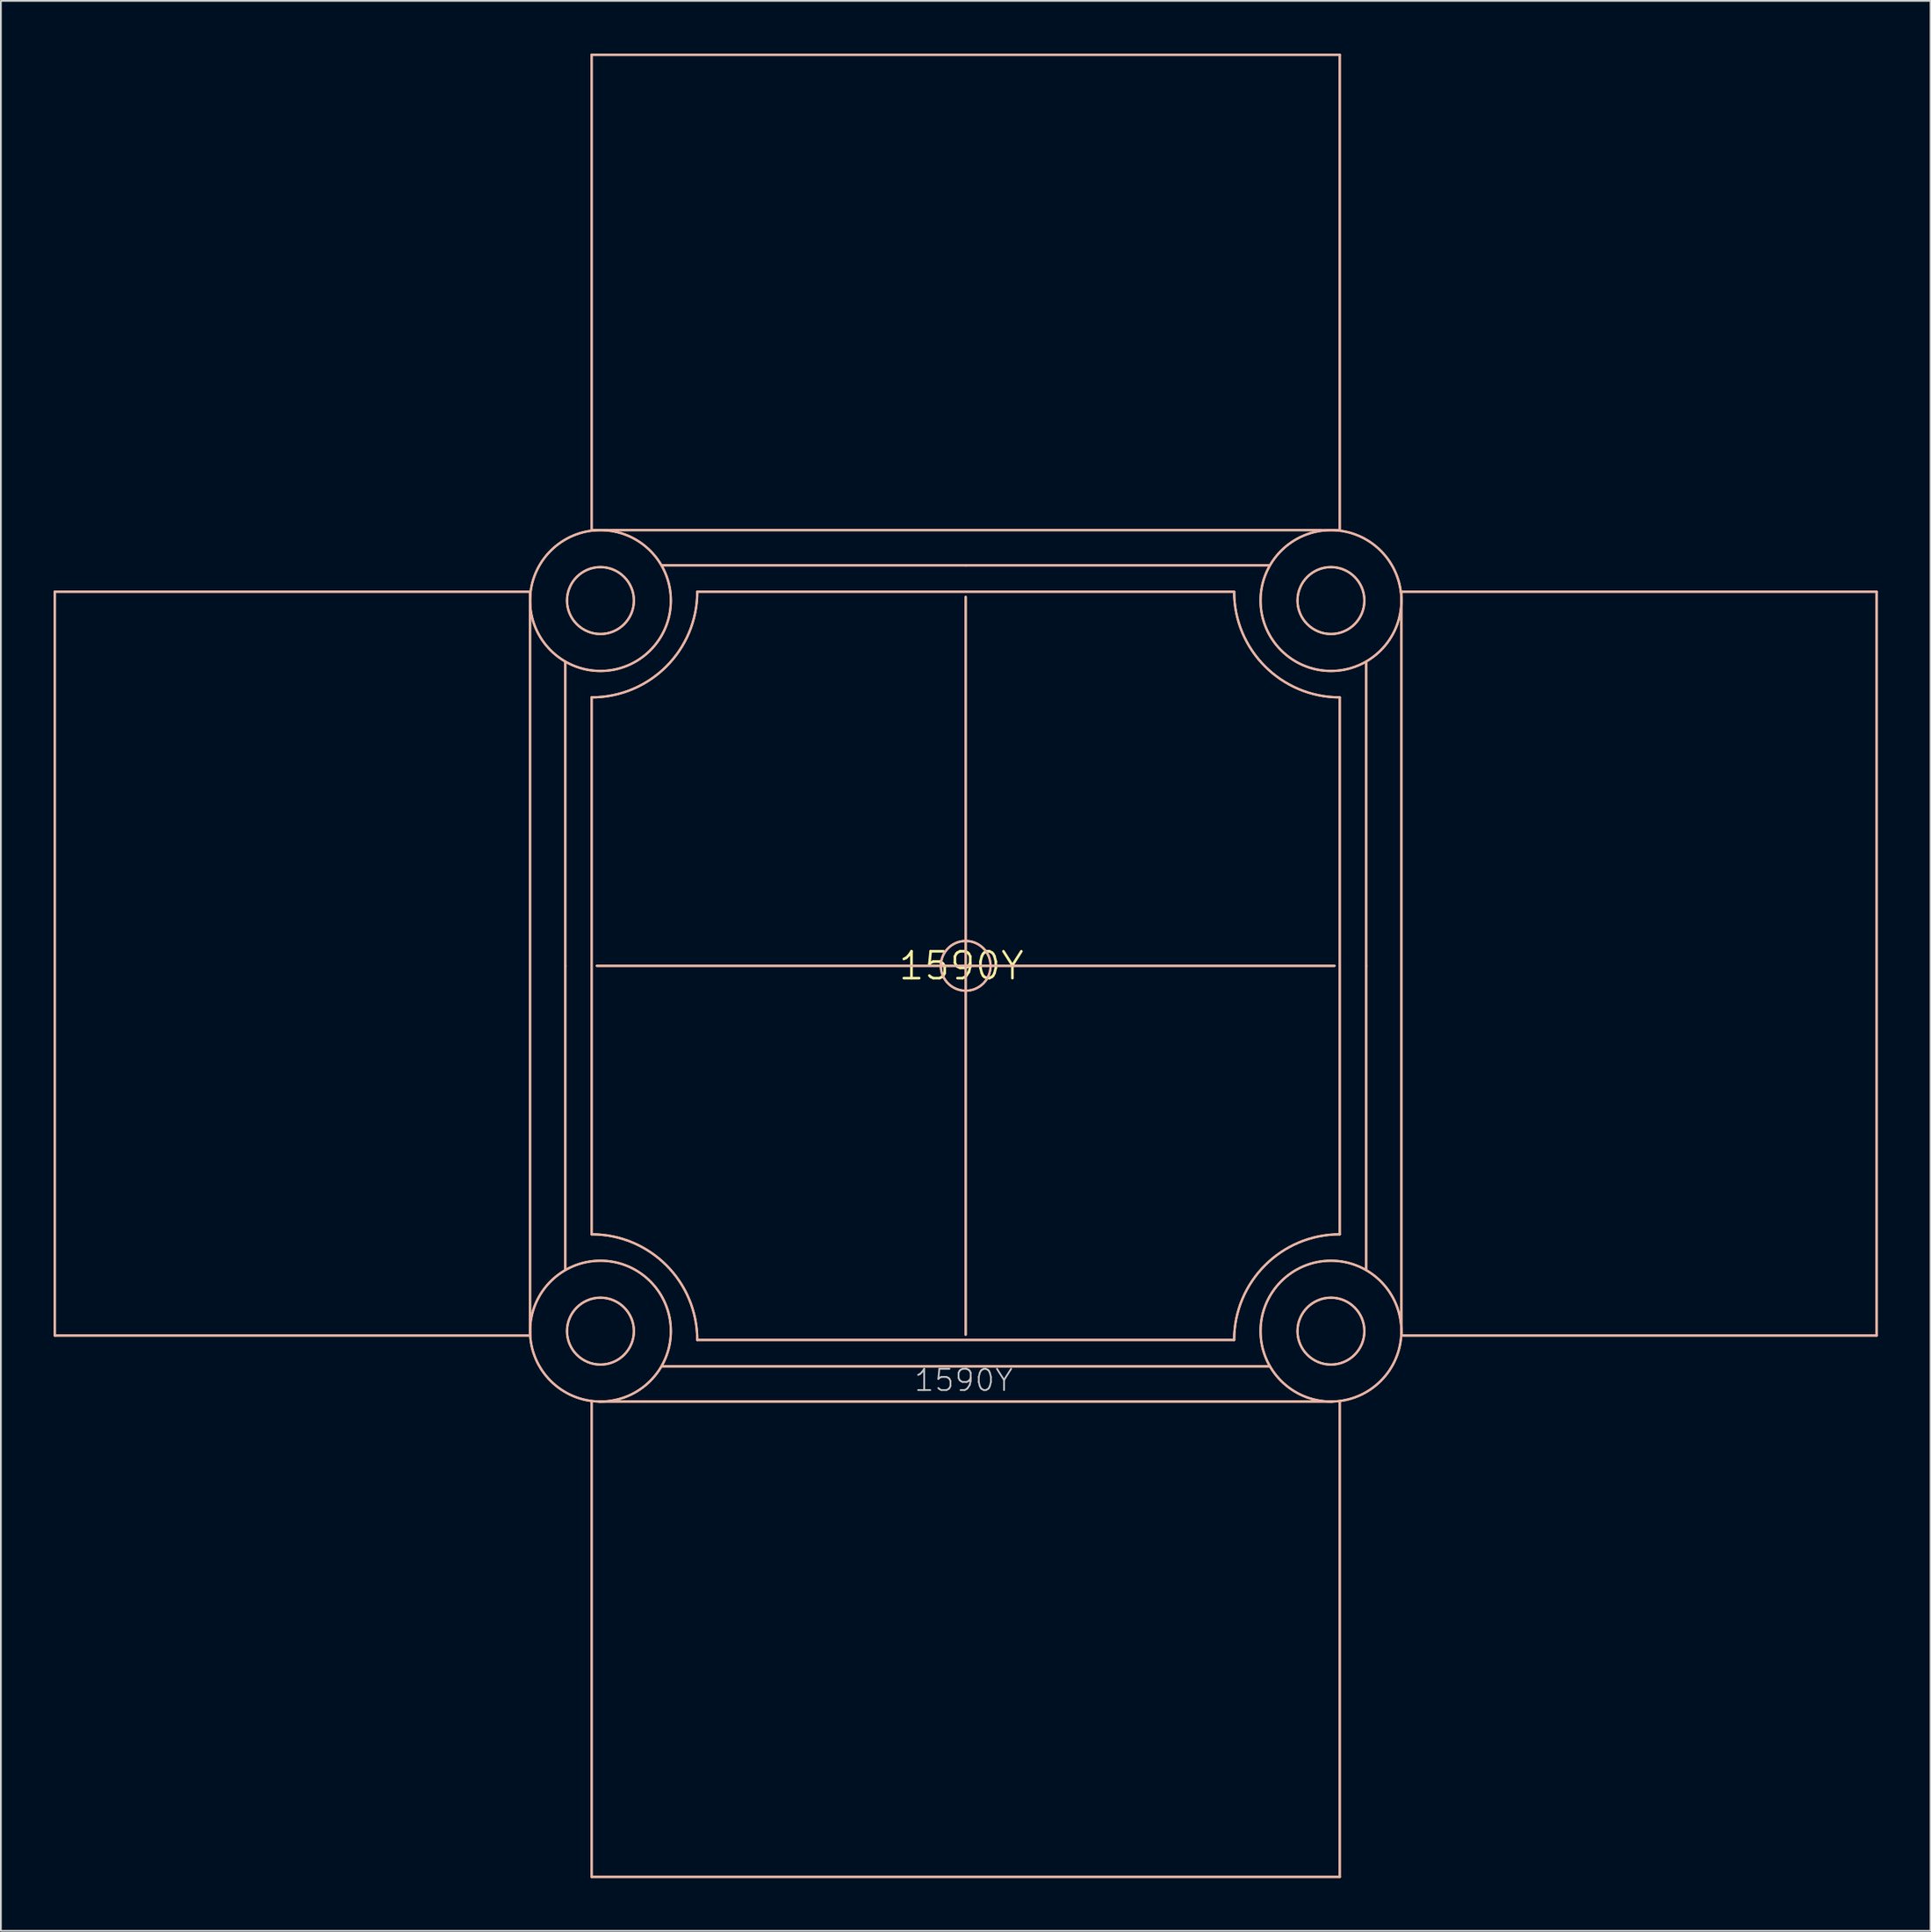
<source format=kicad_pcb>
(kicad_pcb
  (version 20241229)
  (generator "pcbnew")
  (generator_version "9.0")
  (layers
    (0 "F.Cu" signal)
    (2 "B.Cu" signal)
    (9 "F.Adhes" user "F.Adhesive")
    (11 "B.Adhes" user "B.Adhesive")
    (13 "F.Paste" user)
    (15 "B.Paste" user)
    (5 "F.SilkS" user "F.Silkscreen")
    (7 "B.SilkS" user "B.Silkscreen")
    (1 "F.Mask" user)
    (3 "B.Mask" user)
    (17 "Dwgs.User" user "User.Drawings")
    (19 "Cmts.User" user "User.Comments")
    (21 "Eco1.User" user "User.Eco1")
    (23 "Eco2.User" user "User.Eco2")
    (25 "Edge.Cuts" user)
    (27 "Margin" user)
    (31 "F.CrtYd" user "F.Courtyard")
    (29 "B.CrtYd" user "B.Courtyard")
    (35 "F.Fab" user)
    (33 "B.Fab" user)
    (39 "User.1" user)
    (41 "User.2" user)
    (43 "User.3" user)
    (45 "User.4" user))
  (footprint "1590Y"
    (layer "F.Cu")
    (at 51.563 51.813)
    (property "Reference" "1590Y" (at 0 0 0) (layer "F.SilkS") (effects (font (size 1.524 1.524) (thickness 0.15))))
    (attr through_hole)
    (fp_line (start -51.5 21) (end -51.5 -21.25) (stroke (width 0.127) (type solid)) (layer "F.SilkS"))
    (fp_line (start -24.5 -21.25) (end -51.5 -21.25) (stroke (width 0.127) (type solid)) (layer "F.SilkS"))
    (fp_line (start -24.5 20.845) (end -24.5 -21.25) (stroke (width 0.127) (type solid)) (layer "F.SilkS"))
    (fp_line (start -24.5 21) (end -51.5 21) (stroke (width 0.127) (type solid)) (layer "F.SilkS"))
    (fp_line (start -22.5 0) (end -22.5 -17.25) (stroke (width 0.127) (type solid)) (layer "F.SilkS"))
    (fp_line (start -22.5 17.25) (end -22.5 0) (stroke (width 0.127) (type solid)) (layer "F.SilkS"))
    (fp_line (start -21 -51.75) (end 21.5 -51.75) (stroke (width 0.127) (type solid)) (layer "F.SilkS"))
    (fp_line (start -21 -24.75) (end -21 -51.75) (stroke (width 0.127) (type solid)) (layer "F.SilkS"))
    (fp_line (start -21 -15.25) (end -21 15.25) (stroke (width 0.127) (type solid)) (layer "F.SilkS"))
    (fp_line (start -21 24.75) (end -21 51.75) (stroke (width 0.127) (type solid)) (layer "F.SilkS"))
    (fp_line (start -20.96 -24.75) (end 20.46 -24.75) (stroke (width 0.127) (type solid)) (layer "F.SilkS"))
    (fp_line (start -20.595 24.75) (end 21.095 24.75) (stroke (width 0.127) (type solid)) (layer "F.SilkS"))
    (fp_line (start -17 -22.75) (end 0.25 -22.75) (stroke (width 0.127) (type solid)) (layer "F.SilkS"))
    (fp_line (start -17 22.75) (end 0.25 22.75) (stroke (width 0.127) (type solid)) (layer "F.SilkS"))
    (fp_line (start -15 21.25) (end 15.5 21.25) (stroke (width 0.127) (type solid)) (layer "F.SilkS"))
    (fp_line (start 0.205 0) (end -20.705 0) (stroke (width 0.127) (type solid)) (layer "F.SilkS"))
    (fp_line (start 0.25 -22.75) (end 17.5 -22.75) (stroke (width 0.127) (type solid)) (layer "F.SilkS"))
    (fp_line (start 0.25 -0.045) (end 0.25 -20.955) (stroke (width 0.127) (type solid)) (layer "F.SilkS"))
    (fp_line (start 0.25 20.955) (end 0.25 0.045) (stroke (width 0.127) (type solid)) (layer "F.SilkS"))
    (fp_line (start 0.25 22.75) (end 17.5 22.75) (stroke (width 0.127) (type solid)) (layer "F.SilkS"))
    (fp_line (start 0.295 0) (end 21.205 0) (stroke (width 0.127) (type solid)) (layer "F.SilkS"))
    (fp_line (start 15.5 -21.25) (end -15 -21.25) (stroke (width 0.127) (type solid)) (layer "F.SilkS"))
    (fp_line (start 21.5 -24.75) (end 21.5 -51.75) (stroke (width 0.127) (type solid)) (layer "F.SilkS"))
    (fp_line (start 21.5 15.25) (end 21.5 -15.25) (stroke (width 0.127) (type solid)) (layer "F.SilkS"))
    (fp_line (start 21.5 24.75) (end 21.5 51.75) (stroke (width 0.127) (type solid)) (layer "F.SilkS"))
    (fp_line (start 21.5 51.75) (end -21 51.75) (stroke (width 0.127) (type solid)) (layer "F.SilkS"))
    (fp_line (start 23 0) (end 23 -17.25) (stroke (width 0.127) (type solid)) (layer "F.SilkS"))
    (fp_line (start 23 17.25) (end 23 0) (stroke (width 0.127) (type solid)) (layer "F.SilkS"))
    (fp_line (start 25 -21.25) (end 25 -21.21) (stroke (width 0.127) (type solid)) (layer "F.SilkS"))
    (fp_line (start 25 -21.25) (end 52 -21.25) (stroke (width 0.127) (type solid)) (layer "F.SilkS"))
    (fp_line (start 25 20.845) (end 25 21) (stroke (width 0.127) (type solid)) (layer "F.SilkS"))
    (fp_line (start 25 21) (end 25 -21.25) (stroke (width 0.127) (type solid)) (layer "F.SilkS"))
    (fp_line (start 25 21) (end 52 21) (stroke (width 0.127) (type solid)) (layer "F.SilkS"))
    (fp_line (start 52 -21.25) (end 52 21) (stroke (width 0.127) (type solid)) (layer "F.SilkS"))
    (fp_arc (start -21 15.25) (mid -16.757359 17.007359) (end -15 21.25) (stroke (width 0.127) (type solid)) (layer "F.SilkS"))
    (fp_arc (start -15 -21.25) (mid -16.757359 -17.007359) (end -21 -15.25) (stroke (width 0.127) (type solid)) (layer "F.SilkS"))
    (fp_arc (start 15.5 21.25) (mid 17.257359 17.007359) (end 21.5 15.25) (stroke (width 0.127) (type solid)) (layer "F.SilkS"))
    (fp_arc (start 21.5 -15.25) (mid 17.257359 -17.007359) (end 15.5 -21.25) (stroke (width 0.127) (type solid)) (layer "F.SilkS"))
    (fp_circle (center -20.5 -20.75) (end -18.6 -20.75) (stroke (width 0.127) (type solid)) (fill no) (layer "F.SilkS"))
    (fp_circle (center -20.5 -20.75) (end -16.5 -20.75) (stroke (width 0.127) (type solid)) (fill no) (layer "F.SilkS"))
    (fp_circle (center -20.5 20.75) (end -18.6 20.75) (stroke (width 0.127) (type solid)) (fill no) (layer "F.SilkS"))
    (fp_circle (center -20.5 20.75) (end -16.5 20.75) (stroke (width 0.127) (type solid)) (fill no) (layer "F.SilkS"))
    (fp_circle (center 0.25 0) (end 1.664 0) (stroke (width 0.127) (type solid)) (fill no) (layer "F.SilkS"))
    (fp_circle (center 21 -20.75) (end 22.9 -20.75) (stroke (width 0.127) (type solid)) (fill no) (layer "F.SilkS"))
    (fp_circle (center 21 -20.75) (end 25 -20.75) (stroke (width 0.127) (type solid)) (fill no) (layer "F.SilkS"))
    (fp_circle (center 21 20.75) (end 22.9 20.75) (stroke (width 0.127) (type solid)) (fill no) (layer "F.SilkS"))
    (fp_circle (center 21 20.75) (end 25 20.75) (stroke (width 0.127) (type solid)) (fill no) (layer "F.SilkS"))
    (fp_line (start -51.5 -21.25) (end -51.5 21) (stroke (width 0.127) (type solid)) (layer "B.SilkS"))
    (fp_line (start -24.5 -21.25) (end -51.5 -21.25) (stroke (width 0.127) (type solid)) (layer "B.SilkS"))
    (fp_line (start -24.5 -21.25) (end -24.5 -21.21) (stroke (width 0.127) (type solid)) (layer "B.SilkS"))
    (fp_line (start -24.5 20.845) (end -24.5 21) (stroke (width 0.127) (type solid)) (layer "B.SilkS"))
    (fp_line (start -24.5 21) (end -51.5 21) (stroke (width 0.127) (type solid)) (layer "B.SilkS"))
    (fp_line (start -24.5 21) (end -24.5 -21.25) (stroke (width 0.127) (type solid)) (layer "B.SilkS"))
    (fp_line (start -22.5 0) (end -22.5 -17.25) (stroke (width 0.127) (type solid)) (layer "B.SilkS"))
    (fp_line (start -22.5 17.25) (end -22.5 0) (stroke (width 0.127) (type solid)) (layer "B.SilkS"))
    (fp_line (start -21 -24.75) (end -21 -51.75) (stroke (width 0.127) (type solid)) (layer "B.SilkS"))
    (fp_line (start -21 15.25) (end -21 -15.25) (stroke (width 0.127) (type solid)) (layer "B.SilkS"))
    (fp_line (start -21 24.75) (end -21 51.75) (stroke (width 0.127) (type solid)) (layer "B.SilkS"))
    (fp_line (start -21 51.75) (end 21.5 51.75) (stroke (width 0.127) (type solid)) (layer "B.SilkS"))
    (fp_line (start -15 -21.25) (end 15.5 -21.25) (stroke (width 0.127) (type solid)) (layer "B.SilkS"))
    (fp_line (start 0.205 0) (end -20.705 0) (stroke (width 0.127) (type solid)) (layer "B.SilkS"))
    (fp_line (start 0.25 -22.75) (end -17 -22.75) (stroke (width 0.127) (type solid)) (layer "B.SilkS"))
    (fp_line (start 0.25 -0.045) (end 0.25 -20.955) (stroke (width 0.127) (type solid)) (layer "B.SilkS"))
    (fp_line (start 0.25 20.955) (end 0.25 0.045) (stroke (width 0.127) (type solid)) (layer "B.SilkS"))
    (fp_line (start 0.25 22.75) (end -17 22.75) (stroke (width 0.127) (type solid)) (layer "B.SilkS"))
    (fp_line (start 0.295 0) (end 21.205 0) (stroke (width 0.127) (type solid)) (layer "B.SilkS"))
    (fp_line (start 15.5 21.25) (end -15 21.25) (stroke (width 0.127) (type solid)) (layer "B.SilkS"))
    (fp_line (start 17.5 -22.75) (end 0.25 -22.75) (stroke (width 0.127) (type solid)) (layer "B.SilkS"))
    (fp_line (start 17.5 22.75) (end 0.25 22.75) (stroke (width 0.127) (type solid)) (layer "B.SilkS"))
    (fp_line (start 21.095 24.75) (end -20.595 24.75) (stroke (width 0.127) (type solid)) (layer "B.SilkS"))
    (fp_line (start 21.46 -24.75) (end -19.96 -24.75) (stroke (width 0.127) (type solid)) (layer "B.SilkS"))
    (fp_line (start 21.5 -51.75) (end -21 -51.75) (stroke (width 0.127) (type solid)) (layer "B.SilkS"))
    (fp_line (start 21.5 -24.75) (end 21.5 -51.75) (stroke (width 0.127) (type solid)) (layer "B.SilkS"))
    (fp_line (start 21.5 -15.25) (end 21.5 15.25) (stroke (width 0.127) (type solid)) (layer "B.SilkS"))
    (fp_line (start 21.5 24.75) (end 21.5 51.75) (stroke (width 0.127) (type solid)) (layer "B.SilkS"))
    (fp_line (start 23 0) (end 23 -17.25) (stroke (width 0.127) (type solid)) (layer "B.SilkS"))
    (fp_line (start 23 17.25) (end 23 0) (stroke (width 0.127) (type solid)) (layer "B.SilkS"))
    (fp_line (start 25 -21.25) (end 52 -21.25) (stroke (width 0.127) (type solid)) (layer "B.SilkS"))
    (fp_line (start 25 20.845) (end 25 -21.25) (stroke (width 0.127) (type solid)) (layer "B.SilkS"))
    (fp_line (start 25 21) (end 52 21) (stroke (width 0.127) (type solid)) (layer "B.SilkS"))
    (fp_line (start 52 21) (end 52 -21.25) (stroke (width 0.127) (type solid)) (layer "B.SilkS"))
    (fp_arc (start -21 15.25) (mid -16.757359 17.007359) (end -15 21.25) (stroke (width 0.127) (type solid)) (layer "B.SilkS"))
    (fp_arc (start -15 -21.25) (mid -16.757359 -17.007359) (end -21 -15.25) (stroke (width 0.127) (type solid)) (layer "B.SilkS"))
    (fp_arc (start 15.5 21.25) (mid 17.257359 17.007359) (end 21.5 15.25) (stroke (width 0.127) (type solid)) (layer "B.SilkS"))
    (fp_arc (start 21.5 -15.25) (mid 17.257359 -17.007359) (end 15.5 -21.25) (stroke (width 0.127) (type solid)) (layer "B.SilkS"))
    (fp_circle (center -20.5 -20.75) (end -18.6 -20.75) (stroke (width 0.127) (type solid)) (fill no) (layer "B.SilkS"))
    (fp_circle (center -20.5 -20.75) (end -16.5 -20.75) (stroke (width 0.127) (type solid)) (fill no) (layer "B.SilkS"))
    (fp_circle (center -20.5 20.75) (end -18.6 20.75) (stroke (width 0.127) (type solid)) (fill no) (layer "B.SilkS"))
    (fp_circle (center -20.5 20.75) (end -16.5 20.75) (stroke (width 0.127) (type solid)) (fill no) (layer "B.SilkS"))
    (fp_circle (center 0.25 0) (end 1.664 0) (stroke (width 0.127) (type solid)) (fill no) (layer "B.SilkS"))
    (fp_circle (center 21 -20.75) (end 22.9 -20.75) (stroke (width 0.127) (type solid)) (fill no) (layer "B.SilkS"))
    (fp_circle (center 21 -20.75) (end 25 -20.75) (stroke (width 0.127) (type solid)) (fill no) (layer "B.SilkS"))
    (fp_circle (center 21 20.75) (end 22.9 20.75) (stroke (width 0.127) (type solid)) (fill no) (layer "B.SilkS"))
    (fp_circle (center 21 20.75) (end 25 20.75) (stroke (width 0.127) (type solid)) (fill no) (layer "B.SilkS"))
    (fp_text user "1590Y" (at -2.75 24.25 0) (layer "Dwgs.User") (effects (font (size 1.206 1.206) (thickness 0.102)) (justify left bottom))))
  (gr_rect
    (start -3 -3)
    (end 106.627 106.627)
    (stroke (width 0.1) (type default))
    (fill no)
    (layer "Edge.Cuts")))
</source>
